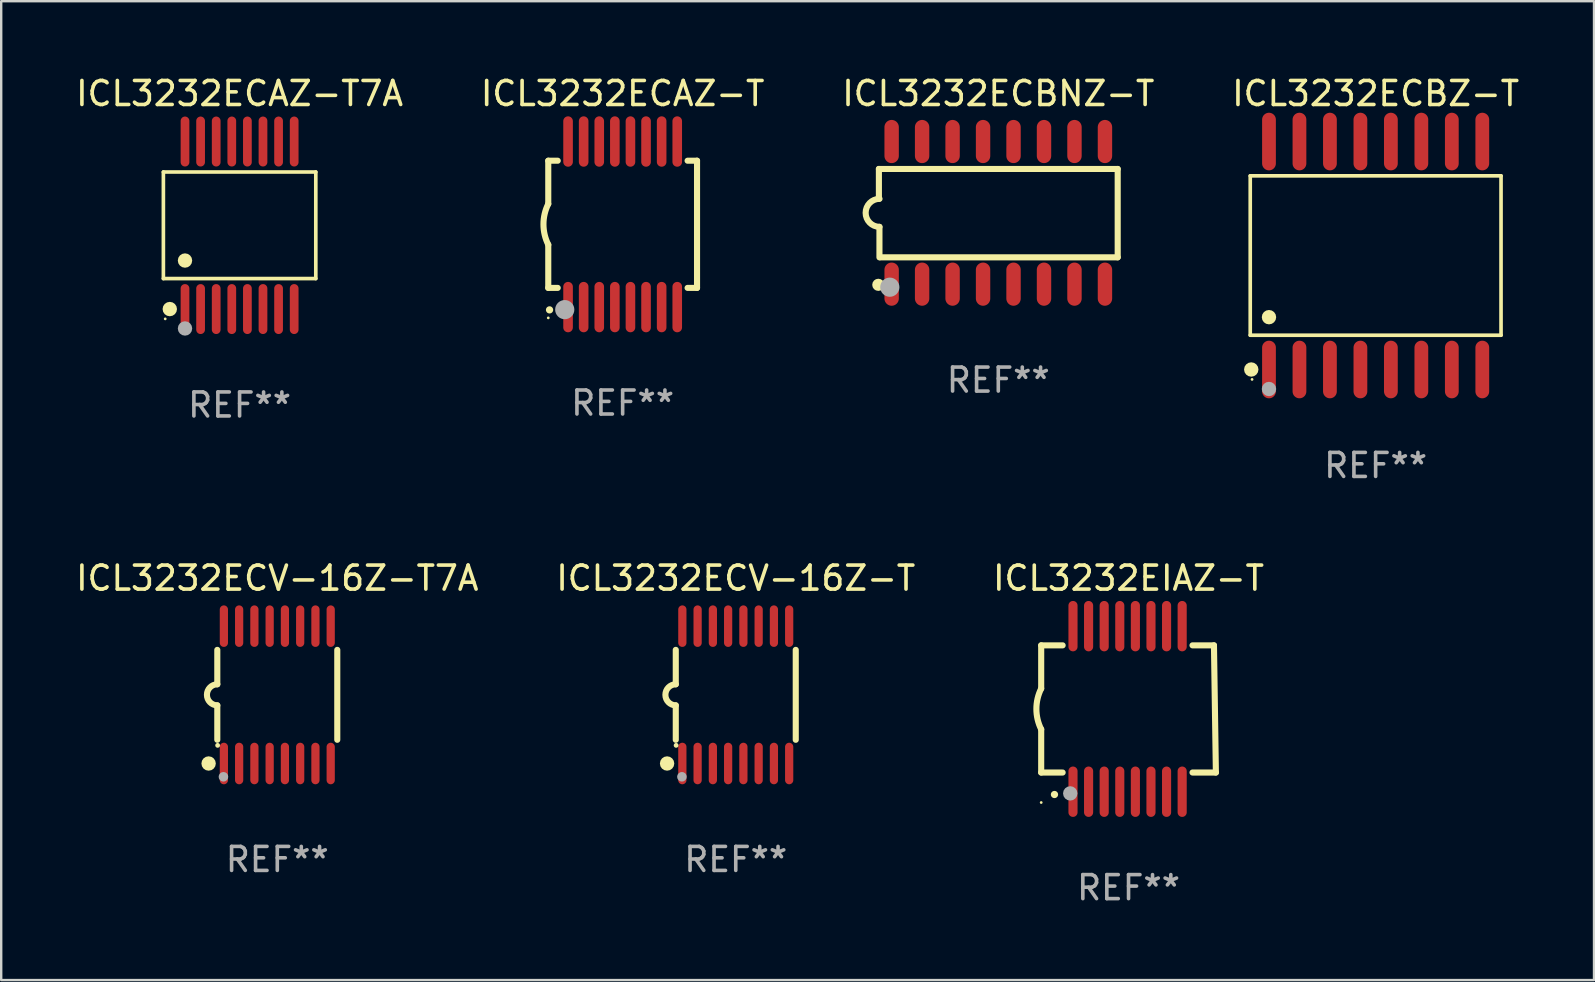
<source format=kicad_pcb>
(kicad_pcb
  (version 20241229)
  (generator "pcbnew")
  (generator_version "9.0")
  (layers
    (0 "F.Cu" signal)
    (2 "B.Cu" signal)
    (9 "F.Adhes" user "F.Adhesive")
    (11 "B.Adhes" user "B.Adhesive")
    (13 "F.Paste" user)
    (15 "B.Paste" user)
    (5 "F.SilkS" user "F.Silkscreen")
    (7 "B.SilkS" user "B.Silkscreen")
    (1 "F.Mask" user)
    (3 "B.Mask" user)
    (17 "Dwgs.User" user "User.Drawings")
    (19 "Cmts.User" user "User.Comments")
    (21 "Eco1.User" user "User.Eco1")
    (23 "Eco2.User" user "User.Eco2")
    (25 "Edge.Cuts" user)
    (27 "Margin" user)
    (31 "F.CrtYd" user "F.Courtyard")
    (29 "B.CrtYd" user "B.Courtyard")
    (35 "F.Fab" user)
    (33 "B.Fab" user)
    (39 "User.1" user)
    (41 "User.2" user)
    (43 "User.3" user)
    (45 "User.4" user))
  (footprint "ICL3232ECV-16Z-T7A"
    (layer "F.Cu")
    (at 8.506 25.907)
    (property "Reference" "ICL3232ECV-16Z-T7A" (at 0 -4.862 0) (layer "F.SilkS") (effects (font (size 1 1) (thickness 0.15))))
    (attr through_hole)
    (fp_line (start -2.5 -1.874) (end -2.5 -0.439) (stroke (width 0.254) (type solid)) (layer "F.SilkS"))
    (fp_line (start -2.5 1.874) (end -2.5 0.439) (stroke (width 0.254) (type solid)) (layer "F.SilkS"))
    (fp_line (start 2.5 -1.874) (end 2.5 1.874) (stroke (width 0.254) (type solid)) (layer "F.SilkS"))
    (fp_arc (start -2.5 0.438989) (mid -2.938633 -0.000597) (end -2.499365 -0.439547) (stroke (width 0.254001) (type solid)) (layer "F.SilkS"))
    (fp_circle (center -2.862 2.862) (end -2.712 2.862) (stroke (width 0.3) (type solid)) (fill no) (layer "F.SilkS"))
    (fp_circle (center -2.486 2.106) (end -2.436 2.106) (stroke (width 0.1) (type solid)) (fill no) (layer "F.SilkS"))
    (fp_circle (center -2.244 3.416) (end -2.144 3.416) (stroke (width 0.2) (type solid)) (fill no) (layer "F.Fab"))
    (fp_text user "REF**" (at 0 6.862 0) (layer "F.Fab") (effects (font (size 1 1) (thickness 0.15))))
    (pad "1" smd oval (at -2.226 2.862) (size 0.343 1.731) (layers "F.Cu" "F.Mask" "F.Paste"))
    (pad "2" smd oval (at -1.59 2.862) (size 0.343 1.731) (layers "F.Cu" "F.Mask" "F.Paste"))
    (pad "3" smd oval (at -0.954 2.862) (size 0.343 1.731) (layers "F.Cu" "F.Mask" "F.Paste"))
    (pad "4" smd oval (at -0.318 2.862) (size 0.343 1.731) (layers "F.Cu" "F.Mask" "F.Paste"))
    (pad "5" smd oval (at 0.318 2.862) (size 0.343 1.731) (layers "F.Cu" "F.Mask" "F.Paste"))
    (pad "6" smd oval (at 0.954 2.862) (size 0.343 1.731) (layers "F.Cu" "F.Mask" "F.Paste"))
    (pad "7" smd oval (at 1.59 2.862) (size 0.343 1.731) (layers "F.Cu" "F.Mask" "F.Paste"))
    (pad "8" smd oval (at 2.226 2.862) (size 0.343 1.731) (layers "F.Cu" "F.Mask" "F.Paste"))
    (pad "9" smd oval (at 2.226 -2.862) (size 0.343 1.731) (layers "F.Cu" "F.Mask" "F.Paste"))
    (pad "10" smd oval (at 1.59 -2.862) (size 0.343 1.731) (layers "F.Cu" "F.Mask" "F.Paste"))
    (pad "11" smd oval (at 0.954 -2.862) (size 0.343 1.731) (layers "F.Cu" "F.Mask" "F.Paste"))
    (pad "12" smd oval (at 0.318 -2.862) (size 0.343 1.731) (layers "F.Cu" "F.Mask" "F.Paste"))
    (pad "13" smd oval (at -0.318 -2.862) (size 0.343 1.731) (layers "F.Cu" "F.Mask" "F.Paste"))
    (pad "14" smd oval (at -0.954 -2.862) (size 0.343 1.731) (layers "F.Cu" "F.Mask" "F.Paste"))
    (pad "15" smd oval (at -1.59 -2.862) (size 0.343 1.731) (layers "F.Cu" "F.Mask" "F.Paste"))
    (pad "16" smd oval (at -2.226 -2.862) (size 0.343 1.731) (layers "F.Cu" "F.Mask" "F.Paste")))
  (footprint "ICL3232ECAZ-T7A"
    (layer "F.Cu")
    (at 6.935 6.339)
    (property "Reference" "ICL3232ECAZ-T7A" (at 0 -5.491 0) (layer "F.SilkS") (effects (font (size 1 1) (thickness 0.15))))
    (attr through_hole)
    (fp_line (start -3.176 -2.221) (end 3.176 -2.221) (stroke (width 0.152) (type solid)) (layer "F.SilkS"))
    (fp_line (start -3.176 2.221) (end -3.176 -2.221) (stroke (width 0.152) (type solid)) (layer "F.SilkS"))
    (fp_line (start 3.176 -2.221) (end 3.176 2.221) (stroke (width 0.152) (type solid)) (layer "F.SilkS"))
    (fp_line (start 3.176 2.221) (end -3.176 2.221) (stroke (width 0.152) (type solid)) (layer "F.SilkS"))
    (fp_circle (center -3.1 3.9) (end -3.07 3.9) (stroke (width 0.06) (type solid)) (fill no) (layer "F.SilkS"))
    (fp_circle (center -2.909 3.491) (end -2.759 3.491) (stroke (width 0.3) (type solid)) (fill no) (layer "F.SilkS"))
    (fp_circle (center -2.275 1.469) (end -2.125 1.469) (stroke (width 0.3) (type solid)) (fill no) (layer "F.SilkS"))
    (fp_circle (center -2.275 4.3) (end -2.125 4.3) (stroke (width 0.3) (type solid)) (fill no) (layer "F.Fab"))
    (fp_text user "REF**" (at 0 7.491 0) (layer "F.Fab") (effects (font (size 1 1) (thickness 0.15))))
    (pad "1" smd oval (at -2.275 3.491) (size 0.364 2.082) (layers "F.Cu" "F.Mask" "F.Paste"))
    (pad "2" smd oval (at -1.625 3.491) (size 0.364 2.082) (layers "F.Cu" "F.Mask" "F.Paste"))
    (pad "3" smd oval (at -0.975 3.491) (size 0.364 2.082) (layers "F.Cu" "F.Mask" "F.Paste"))
    (pad "4" smd oval (at -0.325 3.491) (size 0.364 2.082) (layers "F.Cu" "F.Mask" "F.Paste"))
    (pad "5" smd oval (at 0.325 3.491) (size 0.364 2.082) (layers "F.Cu" "F.Mask" "F.Paste"))
    (pad "6" smd oval (at 0.975 3.491) (size 0.364 2.082) (layers "F.Cu" "F.Mask" "F.Paste"))
    (pad "7" smd oval (at 1.625 3.491) (size 0.364 2.082) (layers "F.Cu" "F.Mask" "F.Paste"))
    (pad "8" smd oval (at 2.275 3.491) (size 0.364 2.082) (layers "F.Cu" "F.Mask" "F.Paste"))
    (pad "9" smd oval (at 2.275 -3.491) (size 0.364 2.082) (layers "F.Cu" "F.Mask" "F.Paste"))
    (pad "10" smd oval (at 1.625 -3.491) (size 0.364 2.082) (layers "F.Cu" "F.Mask" "F.Paste"))
    (pad "11" smd oval (at 0.975 -3.491) (size 0.364 2.082) (layers "F.Cu" "F.Mask" "F.Paste"))
    (pad "12" smd oval (at 0.325 -3.491) (size 0.364 2.082) (layers "F.Cu" "F.Mask" "F.Paste"))
    (pad "13" smd oval (at -0.325 -3.491) (size 0.364 2.082) (layers "F.Cu" "F.Mask" "F.Paste"))
    (pad "14" smd oval (at -0.975 -3.491) (size 0.364 2.082) (layers "F.Cu" "F.Mask" "F.Paste"))
    (pad "15" smd oval (at -1.625 -3.491) (size 0.364 2.082) (layers "F.Cu" "F.Mask" "F.Paste"))
    (pad "16" smd oval (at -2.275 -3.491) (size 0.364 2.082) (layers "F.Cu" "F.Mask" "F.Paste")))
  (footprint "ICL3232ECBZ-T"
    (layer "F.Cu")
    (at 54.28 7.599)
    (property "Reference" "ICL3232ECBZ-T" (at 0 -6.75 0) (layer "F.SilkS") (effects (font (size 1 1) (thickness 0.15))))
    (attr through_hole)
    (fp_line (start -5.226 -3.321) (end 5.226 -3.321) (stroke (width 0.152) (type solid)) (layer "F.SilkS"))
    (fp_line (start -5.226 3.321) (end -5.226 -3.321) (stroke (width 0.152) (type solid)) (layer "F.SilkS"))
    (fp_line (start 5.226 -3.321) (end 5.226 3.321) (stroke (width 0.152) (type solid)) (layer "F.SilkS"))
    (fp_line (start 5.226 3.321) (end -5.226 3.321) (stroke (width 0.152) (type solid)) (layer "F.SilkS"))
    (fp_circle (center -5.184 4.75) (end -5.034 4.75) (stroke (width 0.3) (type solid)) (fill no) (layer "F.SilkS"))
    (fp_circle (center -5.15 5.163) (end -5.12 5.163) (stroke (width 0.06) (type solid)) (fill no) (layer "F.SilkS"))
    (fp_circle (center -4.445 2.569) (end -4.295 2.569) (stroke (width 0.3) (type solid)) (fill no) (layer "F.SilkS"))
    (fp_circle (center -4.445 5.563) (end -4.295 5.563) (stroke (width 0.3) (type solid)) (fill no) (layer "F.Fab"))
    (fp_text user "REF**" (at 0 8.75 0) (layer "F.Fab") (effects (font (size 1 1) (thickness 0.15))))
    (pad "1" smd oval (at -4.445 4.75) (size 0.574 2.401) (layers "F.Cu" "F.Mask" "F.Paste"))
    (pad "2" smd oval (at -3.175 4.75) (size 0.574 2.401) (layers "F.Cu" "F.Mask" "F.Paste"))
    (pad "3" smd oval (at -1.905 4.75) (size 0.574 2.401) (layers "F.Cu" "F.Mask" "F.Paste"))
    (pad "4" smd oval (at -0.635 4.75) (size 0.574 2.401) (layers "F.Cu" "F.Mask" "F.Paste"))
    (pad "5" smd oval (at 0.635 4.75) (size 0.574 2.401) (layers "F.Cu" "F.Mask" "F.Paste"))
    (pad "6" smd oval (at 1.905 4.75) (size 0.574 2.401) (layers "F.Cu" "F.Mask" "F.Paste"))
    (pad "7" smd oval (at 3.175 4.75) (size 0.574 2.401) (layers "F.Cu" "F.Mask" "F.Paste"))
    (pad "8" smd oval (at 4.445 4.75) (size 0.574 2.401) (layers "F.Cu" "F.Mask" "F.Paste"))
    (pad "9" smd oval (at 4.445 -4.75) (size 0.574 2.401) (layers "F.Cu" "F.Mask" "F.Paste"))
    (pad "10" smd oval (at 3.175 -4.75) (size 0.574 2.401) (layers "F.Cu" "F.Mask" "F.Paste"))
    (pad "11" smd oval (at 1.905 -4.75) (size 0.574 2.401) (layers "F.Cu" "F.Mask" "F.Paste"))
    (pad "12" smd oval (at 0.635 -4.75) (size 0.574 2.401) (layers "F.Cu" "F.Mask" "F.Paste"))
    (pad "13" smd oval (at -0.635 -4.75) (size 0.574 2.401) (layers "F.Cu" "F.Mask" "F.Paste"))
    (pad "14" smd oval (at -1.905 -4.75) (size 0.574 2.401) (layers "F.Cu" "F.Mask" "F.Paste"))
    (pad "15" smd oval (at -3.175 -4.75) (size 0.574 2.401) (layers "F.Cu" "F.Mask" "F.Paste"))
    (pad "16" smd oval (at -4.445 -4.75) (size 0.574 2.401) (layers "F.Cu" "F.Mask" "F.Paste")))
  (footprint "ICL3232EIAZ-T"
    (layer "F.Cu")
    (at 43.982 26.495)
    (property "Reference" "ICL3232EIAZ-T" (at 0 -5.45 0) (layer "F.SilkS") (effects (font (size 1 1) (thickness 0.15))))
    (attr through_hole)
    (fp_line (start -3.64 -2.65) (end -3.64 -0.85) (stroke (width 0.254) (type solid)) (layer "F.SilkS"))
    (fp_line (start -3.64 -2.65) (end -2.746 -2.65) (stroke (width 0.254) (type solid)) (layer "F.SilkS"))
    (fp_line (start -3.64 2.65) (end -3.64 0.85) (stroke (width 0.254) (type solid)) (layer "F.SilkS"))
    (fp_line (start -3.64 2.65) (end -2.746 2.65) (stroke (width 0.254) (type solid)) (layer "F.SilkS"))
    (fp_line (start 2.666 -2.65) (end 3.56 -2.65) (stroke (width 0.254) (type solid)) (layer "F.SilkS"))
    (fp_line (start 2.666 2.65) (end 3.64 2.65) (stroke (width 0.254) (type solid)) (layer "F.SilkS"))
    (fp_line (start 3.56 -2.65) (end 3.64 2.65) (stroke (width 0.254) (type solid)) (layer "F.SilkS"))
    (fp_arc (start -3.639294 0.850901) (mid -3.840313 0.000477) (end -3.640005 -0.850114) (stroke (width 0.254001) (type solid)) (layer "F.SilkS"))
    (fp_arc (start -3.088011 3.566066) (mid -3.086741 3.566061) (end -3.085471 3.566066) (stroke (width 0.3) (type solid)) (layer "F.SilkS"))
    (fp_circle (center -3.64 3.9) (end -3.61 3.9) (stroke (width 0.06) (type solid)) (fill no) (layer "F.SilkS"))
    (fp_circle (center -2.43 3.52) (end -2.28 3.52) (stroke (width 0.3) (type solid)) (fill no) (layer "F.Fab"))
    (fp_text user "REF**" (at 0 7.45 0) (layer "F.Fab") (effects (font (size 1 1) (thickness 0.15))))
    (pad "1" smd oval (at -2.315 3.45) (size 0.38 2.1) (layers "F.Cu" "F.Mask" "F.Paste"))
    (pad "2" smd oval (at -1.665 3.45) (size 0.38 2.1) (layers "F.Cu" "F.Mask" "F.Paste"))
    (pad "3" smd oval (at -1.015 3.45) (size 0.38 2.1) (layers "F.Cu" "F.Mask" "F.Paste"))
    (pad "4" smd oval (at -0.365 3.45) (size 0.38 2.1) (layers "F.Cu" "F.Mask" "F.Paste"))
    (pad "5" smd oval (at 0.285 3.45) (size 0.38 2.1) (layers "F.Cu" "F.Mask" "F.Paste"))
    (pad "6" smd oval (at 0.935 3.45) (size 0.38 2.1) (layers "F.Cu" "F.Mask" "F.Paste"))
    (pad "7" smd oval (at 1.585 3.45) (size 0.38 2.1) (layers "F.Cu" "F.Mask" "F.Paste"))
    (pad "8" smd oval (at 2.235 3.45) (size 0.38 2.1) (layers "F.Cu" "F.Mask" "F.Paste"))
    (pad "9" smd oval (at 2.235 -3.45) (size 0.38 2.1) (layers "F.Cu" "F.Mask" "F.Paste"))
    (pad "10" smd oval (at 1.585 -3.45) (size 0.38 2.1) (layers "F.Cu" "F.Mask" "F.Paste"))
    (pad "11" smd oval (at 0.935 -3.45) (size 0.38 2.1) (layers "F.Cu" "F.Mask" "F.Paste"))
    (pad "12" smd oval (at 0.285 -3.45) (size 0.38 2.1) (layers "F.Cu" "F.Mask" "F.Paste"))
    (pad "13" smd oval (at -0.365 -3.45) (size 0.38 2.1) (layers "F.Cu" "F.Mask" "F.Paste"))
    (pad "14" smd oval (at -1.015 -3.45) (size 0.38 2.1) (layers "F.Cu" "F.Mask" "F.Paste"))
    (pad "15" smd oval (at -1.665 -3.45) (size 0.38 2.1) (layers "F.Cu" "F.Mask" "F.Paste"))
    (pad "16" smd oval (at -2.315 -3.45) (size 0.38 2.1) (layers "F.Cu" "F.Mask" "F.Paste")))
  (footprint "ICL3232ECBNZ-T"
    (layer "F.Cu")
    (at 38.554 5.82)
    (property "Reference" "ICL3232ECBNZ-T" (at 0 -4.972 0) (layer "F.SilkS") (effects (font (size 1 1) (thickness 0.15))))
    (attr through_hole)
    (fp_line (start -4.976 -1.829) (end -4.976 -0.584) (stroke (width 0.254) (type solid)) (layer "F.SilkS"))
    (fp_line (start -4.953 0.584) (end -4.953 1.854) (stroke (width 0.254) (type solid)) (layer "F.SilkS"))
    (fp_line (start -4.928 1.854) (end 4.976 1.854) (stroke (width 0.254) (type solid)) (layer "F.SilkS"))
    (fp_line (start 4.976 -1.829) (end -4.976 -1.829) (stroke (width 0.254) (type solid)) (layer "F.SilkS"))
    (fp_line (start 4.976 1.854) (end 4.976 -1.829) (stroke (width 0.254) (type solid)) (layer "F.SilkS"))
    (fp_arc (start -4.95301 0.584201) (mid -5.533866 -0.00152) (end -4.950088 -0.584329) (stroke (width 0.254001) (type solid)) (layer "F.SilkS"))
    (fp_circle (center -5 3) (end -4.873 3) (stroke (width 0.254) (type solid)) (fill no) (layer "F.SilkS"))
    (fp_circle (center -4.521 3.099) (end -4.321 3.099) (stroke (width 0.4) (type solid)) (fill no) (layer "F.Fab"))
    (fp_text user "REF**" (at 0 6.972 0) (layer "F.Fab") (effects (font (size 1 1) (thickness 0.15))))
    (pad "1" smd oval (at -4.445 2.972 180) (size 0.6 1.8) (layers "F.Cu" "F.Mask" "F.Paste"))
    (pad "2" smd oval (at -3.175 2.972 180) (size 0.6 1.8) (layers "F.Cu" "F.Mask" "F.Paste"))
    (pad "3" smd oval (at -1.905 2.972 180) (size 0.6 1.8) (layers "F.Cu" "F.Mask" "F.Paste"))
    (pad "4" smd oval (at -0.635 2.972 180) (size 0.6 1.8) (layers "F.Cu" "F.Mask" "F.Paste"))
    (pad "5" smd oval (at 0.635 2.972 180) (size 0.6 1.8) (layers "F.Cu" "F.Mask" "F.Paste"))
    (pad "6" smd oval (at 1.905 2.972 180) (size 0.6 1.8) (layers "F.Cu" "F.Mask" "F.Paste"))
    (pad "7" smd oval (at 3.175 2.972 180) (size 0.6 1.8) (layers "F.Cu" "F.Mask" "F.Paste"))
    (pad "8" smd oval (at 4.445 2.972 180) (size 0.6 1.8) (layers "F.Cu" "F.Mask" "F.Paste"))
    (pad "9" smd oval (at 4.445 -2.972 180) (size 0.6 1.8) (layers "F.Cu" "F.Mask" "F.Paste"))
    (pad "10" smd oval (at 3.175 -2.972 180) (size 0.6 1.8) (layers "F.Cu" "F.Mask" "F.Paste"))
    (pad "11" smd oval (at 1.905 -2.972 180) (size 0.6 1.8) (layers "F.Cu" "F.Mask" "F.Paste"))
    (pad "12" smd oval (at 0.635 -2.972 180) (size 0.6 1.8) (layers "F.Cu" "F.Mask" "F.Paste"))
    (pad "13" smd oval (at -0.635 -2.972 180) (size 0.6 1.8) (layers "F.Cu" "F.Mask" "F.Paste"))
    (pad "14" smd oval (at -1.905 -2.972 180) (size 0.6 1.8) (layers "F.Cu" "F.Mask" "F.Paste"))
    (pad "15" smd oval (at -3.175 -2.972 180) (size 0.6 1.8) (layers "F.Cu" "F.Mask" "F.Paste"))
    (pad "16" smd oval (at -4.445 -2.972 180) (size 0.6 1.8) (layers "F.Cu" "F.Mask" "F.Paste")))
  (footprint "ICL3232ECV-16Z-T"
    (layer "F.Cu")
    (at 27.613 25.907)
    (property "Reference" "ICL3232ECV-16Z-T" (at 0 -4.862 0) (layer "F.SilkS") (effects (font (size 1 1) (thickness 0.15))))
    (attr through_hole)
    (fp_line (start -2.5 -1.874) (end -2.5 -0.439) (stroke (width 0.254) (type solid)) (layer "F.SilkS"))
    (fp_line (start -2.5 1.874) (end -2.5 0.439) (stroke (width 0.254) (type solid)) (layer "F.SilkS"))
    (fp_line (start 2.5 -1.874) (end 2.5 1.874) (stroke (width 0.254) (type solid)) (layer "F.SilkS"))
    (fp_arc (start -2.5 0.438989) (mid -2.938633 -0.000597) (end -2.499365 -0.439547) (stroke (width 0.254001) (type solid)) (layer "F.SilkS"))
    (fp_circle (center -2.862 2.862) (end -2.712 2.862) (stroke (width 0.3) (type solid)) (fill no) (layer "F.SilkS"))
    (fp_circle (center -2.486 2.106) (end -2.436 2.106) (stroke (width 0.1) (type solid)) (fill no) (layer "F.SilkS"))
    (fp_circle (center -2.244 3.416) (end -2.144 3.416) (stroke (width 0.2) (type solid)) (fill no) (layer "F.Fab"))
    (fp_text user "REF**" (at 0 6.862 0) (layer "F.Fab") (effects (font (size 1 1) (thickness 0.15))))
    (pad "1" smd oval (at -2.226 2.862) (size 0.343 1.731) (layers "F.Cu" "F.Mask" "F.Paste"))
    (pad "2" smd oval (at -1.59 2.862) (size 0.343 1.731) (layers "F.Cu" "F.Mask" "F.Paste"))
    (pad "3" smd oval (at -0.954 2.862) (size 0.343 1.731) (layers "F.Cu" "F.Mask" "F.Paste"))
    (pad "4" smd oval (at -0.318 2.862) (size 0.343 1.731) (layers "F.Cu" "F.Mask" "F.Paste"))
    (pad "5" smd oval (at 0.318 2.862) (size 0.343 1.731) (layers "F.Cu" "F.Mask" "F.Paste"))
    (pad "6" smd oval (at 0.954 2.862) (size 0.343 1.731) (layers "F.Cu" "F.Mask" "F.Paste"))
    (pad "7" smd oval (at 1.59 2.862) (size 0.343 1.731) (layers "F.Cu" "F.Mask" "F.Paste"))
    (pad "8" smd oval (at 2.226 2.862) (size 0.343 1.731) (layers "F.Cu" "F.Mask" "F.Paste"))
    (pad "9" smd oval (at 2.226 -2.862) (size 0.343 1.731) (layers "F.Cu" "F.Mask" "F.Paste"))
    (pad "10" smd oval (at 1.59 -2.862) (size 0.343 1.731) (layers "F.Cu" "F.Mask" "F.Paste"))
    (pad "11" smd oval (at 0.954 -2.862) (size 0.343 1.731) (layers "F.Cu" "F.Mask" "F.Paste"))
    (pad "12" smd oval (at 0.318 -2.862) (size 0.343 1.731) (layers "F.Cu" "F.Mask" "F.Paste"))
    (pad "13" smd oval (at -0.318 -2.862) (size 0.343 1.731) (layers "F.Cu" "F.Mask" "F.Paste"))
    (pad "14" smd oval (at -0.954 -2.862) (size 0.343 1.731) (layers "F.Cu" "F.Mask" "F.Paste"))
    (pad "15" smd oval (at -1.59 -2.862) (size 0.343 1.731) (layers "F.Cu" "F.Mask" "F.Paste"))
    (pad "16" smd oval (at -2.226 -2.862) (size 0.343 1.731) (layers "F.Cu" "F.Mask" "F.Paste")))
  (footprint "ICL3232ECAZ-T"
    (layer "F.Cu")
    (at 22.899 6.298)
    (property "Reference" "ICL3232ECAZ-T" (at 0 -5.45 0) (layer "F.SilkS") (effects (font (size 1 1) (thickness 0.15))))
    (attr through_hole)
    (fp_line (start -3.1 -2.65) (end -3.1 -0.85) (stroke (width 0.254) (type solid)) (layer "F.SilkS"))
    (fp_line (start -3.1 -2.65) (end -2.706 -2.65) (stroke (width 0.254) (type solid)) (layer "F.SilkS"))
    (fp_line (start -3.1 2.65) (end -3.1 0.85) (stroke (width 0.254) (type solid)) (layer "F.SilkS"))
    (fp_line (start -3.1 2.65) (end -2.706 2.65) (stroke (width 0.254) (type solid)) (layer "F.SilkS"))
    (fp_line (start 2.706 -2.65) (end 3.1 -2.65) (stroke (width 0.254) (type solid)) (layer "F.SilkS"))
    (fp_line (start 2.706 2.65) (end 3.1 2.65) (stroke (width 0.254) (type solid)) (layer "F.SilkS"))
    (fp_line (start 3.1 -2.65) (end 3.1 2.65) (stroke (width 0.254) (type solid)) (layer "F.SilkS"))
    (fp_arc (start -3.098907 0.850902) (mid -3.300057 0.000523) (end -3.1 -0.850114) (stroke (width 0.254001) (type solid)) (layer "F.SilkS"))
    (fp_arc (start -3.048006 3.566066) (mid -3.046736 3.566061) (end -3.045466 3.566066) (stroke (width 0.3) (type solid)) (layer "F.SilkS"))
    (fp_circle (center -3.1 3.9) (end -3.07 3.9) (stroke (width 0.06) (type solid)) (fill no) (layer "F.SilkS"))
    (fp_circle (center -2.413 3.556) (end -2.213 3.556) (stroke (width 0.4) (type solid)) (fill no) (layer "F.Fab"))
    (fp_text user "REF**" (at 0 7.45 0) (layer "F.Fab") (effects (font (size 1 1) (thickness 0.15))))
    (pad "1" smd oval (at -2.275 3.45 180) (size 0.4 2.1) (layers "F.Cu" "F.Mask" "F.Paste"))
    (pad "2" smd oval (at -1.625 3.45 180) (size 0.4 2.1) (layers "F.Cu" "F.Mask" "F.Paste"))
    (pad "3" smd oval (at -0.975 3.45 180) (size 0.4 2.1) (layers "F.Cu" "F.Mask" "F.Paste"))
    (pad "4" smd oval (at -0.325 3.45 180) (size 0.4 2.1) (layers "F.Cu" "F.Mask" "F.Paste"))
    (pad "5" smd oval (at 0.325 3.45 180) (size 0.4 2.1) (layers "F.Cu" "F.Mask" "F.Paste"))
    (pad "6" smd oval (at 0.975 3.45 180) (size 0.4 2.1) (layers "F.Cu" "F.Mask" "F.Paste"))
    (pad "7" smd oval (at 1.625 3.45 180) (size 0.4 2.1) (layers "F.Cu" "F.Mask" "F.Paste"))
    (pad "8" smd oval (at 2.275 3.45 180) (size 0.4 2.1) (layers "F.Cu" "F.Mask" "F.Paste"))
    (pad "9" smd oval (at 2.275 -3.45 180) (size 0.4 2.1) (layers "F.Cu" "F.Mask" "F.Paste"))
    (pad "10" smd oval (at 1.625 -3.45 180) (size 0.4 2.1) (layers "F.Cu" "F.Mask" "F.Paste"))
    (pad "11" smd oval (at 0.975 -3.45 180) (size 0.4 2.1) (layers "F.Cu" "F.Mask" "F.Paste"))
    (pad "12" smd oval (at 0.325 -3.45 180) (size 0.4 2.1) (layers "F.Cu" "F.Mask" "F.Paste"))
    (pad "13" smd oval (at -0.325 -3.45 180) (size 0.4 2.1) (layers "F.Cu" "F.Mask" "F.Paste"))
    (pad "14" smd oval (at -0.975 -3.45 180) (size 0.4 2.1) (layers "F.Cu" "F.Mask" "F.Paste"))
    (pad "15" smd oval (at -1.625 -3.45 180) (size 0.4 2.1) (layers "F.Cu" "F.Mask" "F.Paste"))
    (pad "16" smd oval (at -2.275 -3.45 180) (size 0.4 2.1) (layers "F.Cu" "F.Mask" "F.Paste")))
  (gr_rect
    (start -3 -3)
    (end 63.381 37.794)
    (stroke (width 0.1) (type default))
    (fill no)
    (layer "Edge.Cuts")))
</source>
